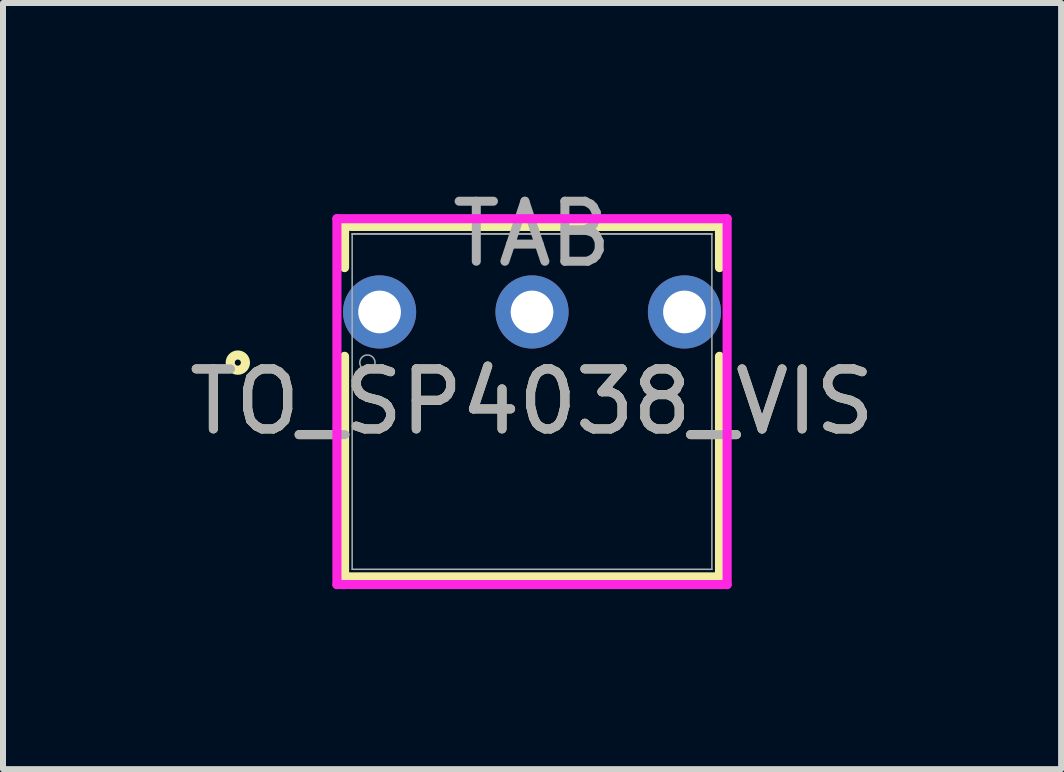
<source format=kicad_pcb>
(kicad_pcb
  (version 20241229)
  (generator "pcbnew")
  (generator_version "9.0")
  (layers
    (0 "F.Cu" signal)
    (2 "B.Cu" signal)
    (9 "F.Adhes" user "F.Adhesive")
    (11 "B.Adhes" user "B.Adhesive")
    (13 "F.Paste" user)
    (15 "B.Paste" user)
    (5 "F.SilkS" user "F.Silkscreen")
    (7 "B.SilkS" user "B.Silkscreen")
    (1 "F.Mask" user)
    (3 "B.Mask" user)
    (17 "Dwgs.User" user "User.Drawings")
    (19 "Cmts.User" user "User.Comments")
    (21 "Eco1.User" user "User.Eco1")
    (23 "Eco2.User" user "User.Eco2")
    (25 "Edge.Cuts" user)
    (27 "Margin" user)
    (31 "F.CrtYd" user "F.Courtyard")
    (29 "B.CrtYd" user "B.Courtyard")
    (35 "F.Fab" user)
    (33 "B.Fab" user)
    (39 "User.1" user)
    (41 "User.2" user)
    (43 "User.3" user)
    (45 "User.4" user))
  (footprint "TO_SP4038_VIS"
    (layer "F.Cu")
    (at 3.275 2.148)
    (property "Reference" "TO_SP4038_VIS" (at 2.54 1.494 0) (unlocked yes) (layer "F.SilkS") (effects (font (size 1 1) (thickness 0.15))))
    (attr through_hole)
    (fp_line (start -0.584 -1.427) (end -0.584 -0.739) (stroke (width 0.152) (type solid)) (layer "F.SilkS"))
    (fp_line (start -0.584 0.739) (end -0.584 4.415) (stroke (width 0.152) (type solid)) (layer "F.SilkS"))
    (fp_line (start -0.584 4.415) (end 5.664 4.415) (stroke (width 0.152) (type solid)) (layer "F.SilkS"))
    (fp_line (start -0.457 -1.427) (end 5.537 -1.427) (stroke (width 0.152) (type solid)) (layer "F.SilkS"))
    (fp_line (start 5.664 -1.427) (end -0.584 -1.427) (stroke (width 0.152) (type solid)) (layer "F.SilkS"))
    (fp_line (start 5.664 -0.739) (end 5.664 -1.427) (stroke (width 0.152) (type solid)) (layer "F.SilkS"))
    (fp_line (start 5.664 4.415) (end 5.664 0.739) (stroke (width 0.152) (type solid)) (layer "F.SilkS"))
    (fp_circle (center -2.362 0.844) (end -2.235 0.844) (stroke (width 0.152) (type solid)) (fill no) (layer "F.SilkS"))
    (fp_line (start -0.711 -1.554) (end -0.711 4.542) (stroke (width 0.152) (type solid)) (layer "F.CrtYd"))
    (fp_line (start -0.711 4.542) (end 5.791 4.542) (stroke (width 0.152) (type solid)) (layer "F.CrtYd"))
    (fp_line (start 5.791 -1.554) (end -0.711 -1.554) (stroke (width 0.152) (type solid)) (layer "F.CrtYd"))
    (fp_line (start 5.791 4.542) (end 5.791 -1.554) (stroke (width 0.152) (type solid)) (layer "F.CrtYd"))
    (fp_line (start -0.457 -1.3) (end -0.457 4.288) (stroke (width 0.025) (type solid)) (layer "F.Fab"))
    (fp_line (start -0.457 -1.3) (end 5.537 -1.3) (stroke (width 0.025) (type solid)) (layer "F.Fab"))
    (fp_line (start -0.457 4.288) (end 5.537 4.288) (stroke (width 0.025) (type solid)) (layer "F.Fab"))
    (fp_line (start 5.537 -1.3) (end -0.457 -1.3) (stroke (width 0.025) (type solid)) (layer "F.Fab"))
    (fp_line (start 5.537 4.288) (end 5.537 -1.3) (stroke (width 0.025) (type solid)) (layer "F.Fab"))
    (fp_circle (center -0.203 0.844) (end -0.076 0.844) (stroke (width 0.025) (type solid)) (fill no) (layer "F.Fab"))
    (fp_text user "${REFERENCE}" (at 2.54 1.494 0) (unlocked yes) (layer "F.Fab") (effects (font (size 1 1) (thickness 0.15))))
    (fp_text user "TAB" (at 2.54 -1.3 0) (unlocked yes) (layer "F.Fab") (effects (font (size 1 1) (thickness 0.15))))
    (pad "1" thru_hole circle (at 0 0) (size 1.219 1.219) (drill 0.711) (layers "*.Cu" "*.Mask"))
    (pad "2" thru_hole circle (at 2.54 0) (size 1.219 1.219) (drill 0.711) (layers "*.Cu" "*.Mask"))
    (pad "3" thru_hole circle (at 5.08 0) (size 1.219 1.219) (drill 0.711) (layers "*.Cu" "*.Mask")))
  (gr_rect
    (start -3 -3)
    (end 14.631 9.766)
    (stroke (width 0.1) (type default))
    (fill no)
    (layer "Edge.Cuts")))
</source>
